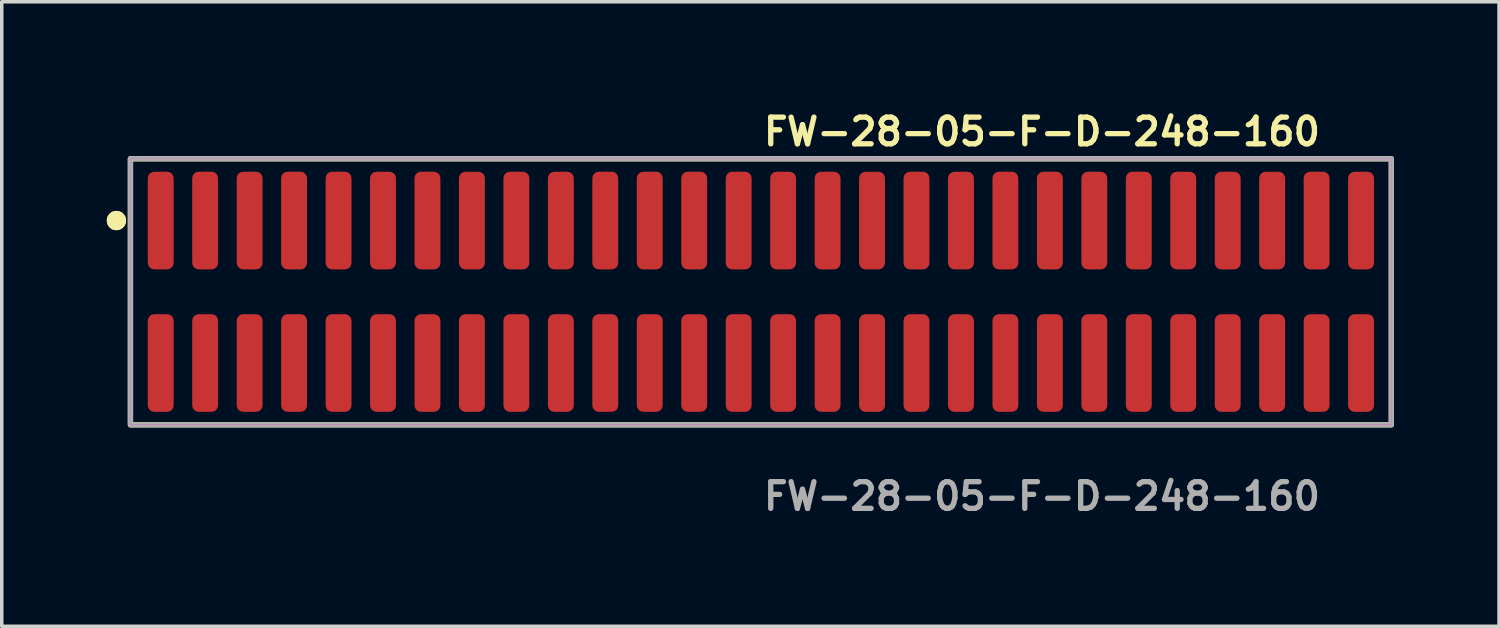
<source format=kicad_pcb>
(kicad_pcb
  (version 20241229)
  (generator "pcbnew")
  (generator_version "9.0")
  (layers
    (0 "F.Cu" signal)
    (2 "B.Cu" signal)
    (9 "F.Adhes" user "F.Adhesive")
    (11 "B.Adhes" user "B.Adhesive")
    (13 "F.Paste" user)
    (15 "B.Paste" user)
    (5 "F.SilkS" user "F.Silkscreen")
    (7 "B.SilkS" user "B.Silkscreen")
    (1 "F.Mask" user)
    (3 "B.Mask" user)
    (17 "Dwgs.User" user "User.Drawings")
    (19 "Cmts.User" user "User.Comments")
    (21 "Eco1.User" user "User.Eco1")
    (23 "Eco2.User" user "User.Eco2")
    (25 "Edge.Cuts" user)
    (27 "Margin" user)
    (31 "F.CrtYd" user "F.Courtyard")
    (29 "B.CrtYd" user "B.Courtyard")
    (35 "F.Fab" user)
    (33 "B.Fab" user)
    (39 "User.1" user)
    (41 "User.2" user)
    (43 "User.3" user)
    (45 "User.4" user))
  (footprint "FW-28-05-F-D-248-160"
    (layer "F.Cu")
    (at 18.686 5.285)
    (property "Reference" "FW-28-05-F-D-248-160" (at 0 -4.572 0) (unlocked yes) (layer "F.SilkS") (effects (font (size 0.762 0.762) (thickness 0.152)) (justify left)))
    (fp_rect (start -18.01 3.8) (end 18.01 -3.8) (stroke (width 0.152) (type solid)) (fill no) (layer "F.SilkS"))
    (fp_circle (center -18.41 -2.035) (end -18.61 -2.035) (stroke (width 0.152) (type solid)) (fill yes) (layer "F.SilkS"))
    (fp_circle (center -18.41 -2.035) (end -18.61 -2.035) (stroke (width 0.152) (type solid)) (fill yes) (layer "F.SilkS"))
    (fp_rect (start -18.01 3.8) (end 18.01 -3.8) (stroke (width 0.006) (type solid)) (fill no) (layer "F.CrtYd"))
    (fp_rect (start -18.01 3.8) (end 18.01 -3.8) (stroke (width 0.152) (type solid)) (fill no) (layer "F.Fab"))
    (fp_text user "${REFERENCE}" (at 0 5.842 0) (unlocked yes) (layer "F.Fab") (effects (font (size 0.762 0.762) (thickness 0.152)) (justify left)))
    (pad "1" smd roundrect (at -17.145 -2.035) (size 0.74 2.79) (layers "F.Cu" "F.Paste") (roundrect_rratio 0.25))
    (pad "2" smd roundrect (at -17.145 2.035) (size 0.74 2.79) (layers "F.Cu" "F.Paste") (roundrect_rratio 0.25))
    (pad "3" smd roundrect (at -15.875 -2.035) (size 0.74 2.79) (layers "F.Cu" "F.Paste") (roundrect_rratio 0.25))
    (pad "4" smd roundrect (at -15.875 2.035) (size 0.74 2.79) (layers "F.Cu" "F.Paste") (roundrect_rratio 0.25))
    (pad "5" smd roundrect (at -14.605 -2.035) (size 0.74 2.79) (layers "F.Cu" "F.Paste") (roundrect_rratio 0.25))
    (pad "6" smd roundrect (at -14.605 2.035) (size 0.74 2.79) (layers "F.Cu" "F.Paste") (roundrect_rratio 0.25))
    (pad "7" smd roundrect (at -13.335 -2.035) (size 0.74 2.79) (layers "F.Cu" "F.Paste") (roundrect_rratio 0.25))
    (pad "8" smd roundrect (at -13.335 2.035) (size 0.74 2.79) (layers "F.Cu" "F.Paste") (roundrect_rratio 0.25))
    (pad "9" smd roundrect (at -12.065 -2.035) (size 0.74 2.79) (layers "F.Cu" "F.Paste") (roundrect_rratio 0.25))
    (pad "10" smd roundrect (at -12.065 2.035) (size 0.74 2.79) (layers "F.Cu" "F.Paste") (roundrect_rratio 0.25))
    (pad "11" smd roundrect (at -10.795 -2.035) (size 0.74 2.79) (layers "F.Cu" "F.Paste") (roundrect_rratio 0.25))
    (pad "12" smd roundrect (at -10.795 2.035) (size 0.74 2.79) (layers "F.Cu" "F.Paste") (roundrect_rratio 0.25))
    (pad "13" smd roundrect (at -9.525 -2.035) (size 0.74 2.79) (layers "F.Cu" "F.Paste") (roundrect_rratio 0.25))
    (pad "14" smd roundrect (at -9.525 2.035) (size 0.74 2.79) (layers "F.Cu" "F.Paste") (roundrect_rratio 0.25))
    (pad "15" smd roundrect (at -8.255 -2.035) (size 0.74 2.79) (layers "F.Cu" "F.Paste") (roundrect_rratio 0.25))
    (pad "16" smd roundrect (at -8.255 2.035) (size 0.74 2.79) (layers "F.Cu" "F.Paste") (roundrect_rratio 0.25))
    (pad "17" smd roundrect (at -6.985 -2.035) (size 0.74 2.79) (layers "F.Cu" "F.Paste") (roundrect_rratio 0.25))
    (pad "18" smd roundrect (at -6.985 2.035) (size 0.74 2.79) (layers "F.Cu" "F.Paste") (roundrect_rratio 0.25))
    (pad "19" smd roundrect (at -5.715 -2.035) (size 0.74 2.79) (layers "F.Cu" "F.Paste") (roundrect_rratio 0.25))
    (pad "20" smd roundrect (at -5.715 2.035) (size 0.74 2.79) (layers "F.Cu" "F.Paste") (roundrect_rratio 0.25))
    (pad "21" smd roundrect (at -4.445 -2.035) (size 0.74 2.79) (layers "F.Cu" "F.Paste") (roundrect_rratio 0.25))
    (pad "22" smd roundrect (at -4.445 2.035) (size 0.74 2.79) (layers "F.Cu" "F.Paste") (roundrect_rratio 0.25))
    (pad "23" smd roundrect (at -3.175 -2.035) (size 0.74 2.79) (layers "F.Cu" "F.Paste") (roundrect_rratio 0.25))
    (pad "24" smd roundrect (at -3.175 2.035) (size 0.74 2.79) (layers "F.Cu" "F.Paste") (roundrect_rratio 0.25))
    (pad "25" smd roundrect (at -1.905 -2.035) (size 0.74 2.79) (layers "F.Cu" "F.Paste") (roundrect_rratio 0.25))
    (pad "26" smd roundrect (at -1.905 2.035) (size 0.74 2.79) (layers "F.Cu" "F.Paste") (roundrect_rratio 0.25))
    (pad "27" smd roundrect (at -0.635 -2.035) (size 0.74 2.79) (layers "F.Cu" "F.Paste") (roundrect_rratio 0.25))
    (pad "28" smd roundrect (at -0.635 2.035) (size 0.74 2.79) (layers "F.Cu" "F.Paste") (roundrect_rratio 0.25))
    (pad "29" smd roundrect (at 0.635 -2.035) (size 0.74 2.79) (layers "F.Cu" "F.Paste") (roundrect_rratio 0.25))
    (pad "30" smd roundrect (at 0.635 2.035) (size 0.74 2.79) (layers "F.Cu" "F.Paste") (roundrect_rratio 0.25))
    (pad "31" smd roundrect (at 1.905 -2.035) (size 0.74 2.79) (layers "F.Cu" "F.Paste") (roundrect_rratio 0.25))
    (pad "32" smd roundrect (at 1.905 2.035) (size 0.74 2.79) (layers "F.Cu" "F.Paste") (roundrect_rratio 0.25))
    (pad "33" smd roundrect (at 3.175 -2.035) (size 0.74 2.79) (layers "F.Cu" "F.Paste") (roundrect_rratio 0.25))
    (pad "34" smd roundrect (at 3.175 2.035) (size 0.74 2.79) (layers "F.Cu" "F.Paste") (roundrect_rratio 0.25))
    (pad "35" smd roundrect (at 4.445 -2.035) (size 0.74 2.79) (layers "F.Cu" "F.Paste") (roundrect_rratio 0.25))
    (pad "36" smd roundrect (at 4.445 2.035) (size 0.74 2.79) (layers "F.Cu" "F.Paste") (roundrect_rratio 0.25))
    (pad "37" smd roundrect (at 5.715 -2.035) (size 0.74 2.79) (layers "F.Cu" "F.Paste") (roundrect_rratio 0.25))
    (pad "38" smd roundrect (at 5.715 2.035) (size 0.74 2.79) (layers "F.Cu" "F.Paste") (roundrect_rratio 0.25))
    (pad "39" smd roundrect (at 6.985 -2.035) (size 0.74 2.79) (layers "F.Cu" "F.Paste") (roundrect_rratio 0.25))
    (pad "40" smd roundrect (at 6.985 2.035) (size 0.74 2.79) (layers "F.Cu" "F.Paste") (roundrect_rratio 0.25))
    (pad "41" smd roundrect (at 8.255 -2.035) (size 0.74 2.79) (layers "F.Cu" "F.Paste") (roundrect_rratio 0.25))
    (pad "42" smd roundrect (at 8.255 2.035) (size 0.74 2.79) (layers "F.Cu" "F.Paste") (roundrect_rratio 0.25))
    (pad "43" smd roundrect (at 9.525 -2.035) (size 0.74 2.79) (layers "F.Cu" "F.Paste") (roundrect_rratio 0.25))
    (pad "44" smd roundrect (at 9.525 2.035) (size 0.74 2.79) (layers "F.Cu" "F.Paste") (roundrect_rratio 0.25))
    (pad "45" smd roundrect (at 10.795 -2.035) (size 0.74 2.79) (layers "F.Cu" "F.Paste") (roundrect_rratio 0.25))
    (pad "46" smd roundrect (at 10.795 2.035) (size 0.74 2.79) (layers "F.Cu" "F.Paste") (roundrect_rratio 0.25))
    (pad "47" smd roundrect (at 12.065 -2.035) (size 0.74 2.79) (layers "F.Cu" "F.Paste") (roundrect_rratio 0.25))
    (pad "48" smd roundrect (at 12.065 2.035) (size 0.74 2.79) (layers "F.Cu" "F.Paste") (roundrect_rratio 0.25))
    (pad "49" smd roundrect (at 13.335 -2.035) (size 0.74 2.79) (layers "F.Cu" "F.Paste") (roundrect_rratio 0.25))
    (pad "50" smd roundrect (at 13.335 2.035) (size 0.74 2.79) (layers "F.Cu" "F.Paste") (roundrect_rratio 0.25))
    (pad "51" smd roundrect (at 14.605 -2.035) (size 0.74 2.79) (layers "F.Cu" "F.Paste") (roundrect_rratio 0.25))
    (pad "52" smd roundrect (at 14.605 2.035) (size 0.74 2.79) (layers "F.Cu" "F.Paste") (roundrect_rratio 0.25))
    (pad "53" smd roundrect (at 15.875 -2.035) (size 0.74 2.79) (layers "F.Cu" "F.Paste") (roundrect_rratio 0.25))
    (pad "54" smd roundrect (at 15.875 2.035) (size 0.74 2.79) (layers "F.Cu" "F.Paste") (roundrect_rratio 0.25))
    (pad "55" smd roundrect (at 17.145 -2.035) (size 0.74 2.79) (layers "F.Cu" "F.Paste") (roundrect_rratio 0.25))
    (pad "56" smd roundrect (at 17.145 2.035) (size 0.74 2.79) (layers "F.Cu" "F.Paste") (roundrect_rratio 0.25)))
  (gr_rect
    (start -3 -3)
    (end 39.772 14.84)
    (stroke (width 0.1) (type default))
    (fill no)
    (layer "Edge.Cuts")))
</source>
